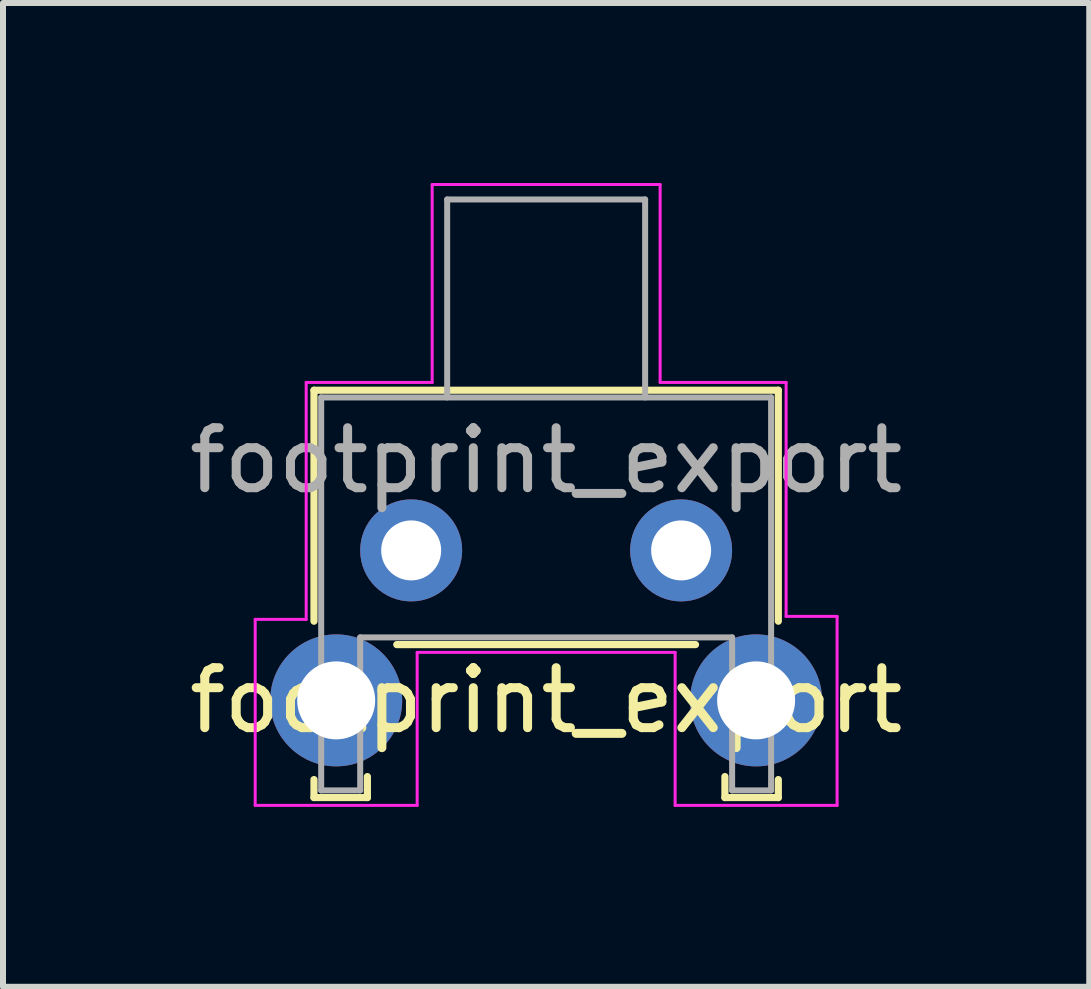
<source format=kicad_pcb>
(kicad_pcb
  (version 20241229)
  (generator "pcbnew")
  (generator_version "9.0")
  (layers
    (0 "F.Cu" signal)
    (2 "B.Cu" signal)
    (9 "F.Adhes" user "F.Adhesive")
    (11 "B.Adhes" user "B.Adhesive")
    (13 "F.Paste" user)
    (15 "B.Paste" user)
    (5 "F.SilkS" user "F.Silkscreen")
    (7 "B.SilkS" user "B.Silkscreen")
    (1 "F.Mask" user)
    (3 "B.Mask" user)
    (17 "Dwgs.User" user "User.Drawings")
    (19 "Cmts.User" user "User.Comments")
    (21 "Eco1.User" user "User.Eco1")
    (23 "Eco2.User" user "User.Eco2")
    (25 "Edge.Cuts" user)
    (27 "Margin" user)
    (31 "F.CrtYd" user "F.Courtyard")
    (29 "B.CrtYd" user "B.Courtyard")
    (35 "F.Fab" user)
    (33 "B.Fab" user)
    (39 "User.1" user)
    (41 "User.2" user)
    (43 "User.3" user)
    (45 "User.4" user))
  (footprint "footprint_export"
    (layer "F.Cu")
    (at 3.804 6.125)
    (property "Reference" "footprint_export" (at 2.25 2.5 0) (layer "F.SilkS") (effects (font (size 1 1) (thickness 0.15))))
    (attr through_hole)
    (fp_line (start -1.62 -2.67) (end -1.62 1.18) (stroke (width 0.12) (type solid)) (layer "F.SilkS"))
    (fp_line (start -1.62 3.82) (end -1.62 4.12) (stroke (width 0.12) (type solid)) (layer "F.SilkS"))
    (fp_line (start -0.73 4.12) (end -1.62 4.12) (stroke (width 0.12) (type solid)) (layer "F.SilkS"))
    (fp_line (start -0.73 4.12) (end -0.73 3.77) (stroke (width 0.12) (type solid)) (layer "F.SilkS"))
    (fp_line (start -0.24 1.57) (end 4.74 1.57) (stroke (width 0.12) (type solid)) (layer "F.SilkS"))
    (fp_line (start 5.23 4.12) (end 5.23 3.77) (stroke (width 0.12) (type solid)) (layer "F.SilkS"))
    (fp_line (start 6.12 -2.67) (end -1.62 -2.67) (stroke (width 0.12) (type solid)) (layer "F.SilkS"))
    (fp_line (start 6.12 1.18) (end 6.12 -2.67) (stroke (width 0.12) (type solid)) (layer "F.SilkS"))
    (fp_line (start 6.12 3.82) (end 6.12 4.12) (stroke (width 0.12) (type solid)) (layer "F.SilkS"))
    (fp_line (start 6.12 4.12) (end 5.23 4.12) (stroke (width 0.12) (type solid)) (layer "F.SilkS"))
    (fp_line (start -2.6 1.15) (end -1.75 1.15) (stroke (width 0.05) (type solid)) (layer "F.CrtYd"))
    (fp_line (start -2.6 4.25) (end -2.6 1.15) (stroke (width 0.05) (type solid)) (layer "F.CrtYd"))
    (fp_line (start -1.75 1.15) (end -1.75 -2.8) (stroke (width 0.05) (type solid)) (layer "F.CrtYd"))
    (fp_line (start 0.1 1.7) (end 4.4 1.7) (stroke (width 0.05) (type solid)) (layer "F.CrtYd"))
    (fp_line (start 0.1 4.25) (end -2.6 4.25) (stroke (width 0.05) (type solid)) (layer "F.CrtYd"))
    (fp_line (start 0.1 4.25) (end 0.1 1.7) (stroke (width 0.05) (type solid)) (layer "F.CrtYd"))
    (fp_line (start 0.35 -6.1) (end 0.35 -2.8) (stroke (width 0.05) (type solid)) (layer "F.CrtYd"))
    (fp_line (start 0.35 -2.8) (end -1.75 -2.8) (stroke (width 0.05) (type solid)) (layer "F.CrtYd"))
    (fp_line (start 4.15 -6.1) (end 0.35 -6.1) (stroke (width 0.05) (type solid)) (layer "F.CrtYd"))
    (fp_line (start 4.15 -2.8) (end 4.15 -6.1) (stroke (width 0.05) (type solid)) (layer "F.CrtYd"))
    (fp_line (start 4.4 1.7) (end 4.4 4.25) (stroke (width 0.05) (type solid)) (layer "F.CrtYd"))
    (fp_line (start 4.4 4.25) (end 7.1 4.25) (stroke (width 0.05) (type solid)) (layer "F.CrtYd"))
    (fp_line (start 6.25 -2.8) (end 4.15 -2.8) (stroke (width 0.05) (type solid)) (layer "F.CrtYd"))
    (fp_line (start 6.25 1.1) (end 6.25 -2.8) (stroke (width 0.05) (type solid)) (layer "F.CrtYd"))
    (fp_line (start 7.1 1.1) (end 6.25 1.1) (stroke (width 0.05) (type solid)) (layer "F.CrtYd"))
    (fp_line (start 7.1 4.25) (end 7.1 1.1) (stroke (width 0.05) (type solid)) (layer "F.CrtYd"))
    (fp_line (start -1.5 4) (end -1.5 -2.55) (stroke (width 0.1) (type solid)) (layer "F.Fab"))
    (fp_line (start -0.85 1.45) (end -0.85 4) (stroke (width 0.1) (type solid)) (layer "F.Fab"))
    (fp_line (start -0.85 4) (end -1.5 4) (stroke (width 0.1) (type solid)) (layer "F.Fab"))
    (fp_line (start 0.6 -5.85) (end 3.9 -5.85) (stroke (width 0.1) (type solid)) (layer "F.Fab"))
    (fp_line (start 0.6 -2.55) (end 0.6 -5.85) (stroke (width 0.1) (type solid)) (layer "F.Fab"))
    (fp_line (start 3.9 -2.55) (end 3.9 -5.85) (stroke (width 0.1) (type solid)) (layer "F.Fab"))
    (fp_line (start 5.35 1.45) (end -0.85 1.45) (stroke (width 0.1) (type solid)) (layer "F.Fab"))
    (fp_line (start 5.35 1.45) (end 5.35 4) (stroke (width 0.1) (type solid)) (layer "F.Fab"))
    (fp_line (start 6 -2.55) (end -1.5 -2.55) (stroke (width 0.1) (type solid)) (layer "F.Fab"))
    (fp_line (start 6 -2.55) (end 6 4) (stroke (width 0.1) (type solid)) (layer "F.Fab"))
    (fp_line (start 6 4) (end 5.35 4) (stroke (width 0.1) (type solid)) (layer "F.Fab"))
    (fp_text user "${REFERENCE}" (at 2.25 -1.5 0) (layer "F.Fab") (effects (font (size 1 1) (thickness 0.15))))
    (pad "" thru_hole circle (at -1.25 2.5 180) (size 2.2 2.2) (drill 1.3) (layers "*.Cu" "*.Mask"))
    (pad "" thru_hole circle (at 5.75 2.5 180) (size 2.2 2.2) (drill 1.3) (layers "*.Cu" "*.Mask"))
    (pad "1" thru_hole circle (at 0 0 180) (size 1.7 1.7) (drill 1) (layers "*.Cu" "*.Mask"))
    (pad "2" thru_hole circle (at 4.5 0 180) (size 1.7 1.7) (drill 1) (layers "*.Cu" "*.Mask")))
  (gr_rect
    (start -3 -3)
    (end 15.107 13.4)
    (stroke (width 0.1) (type default))
    (fill no)
    (layer "Edge.Cuts")))
</source>
